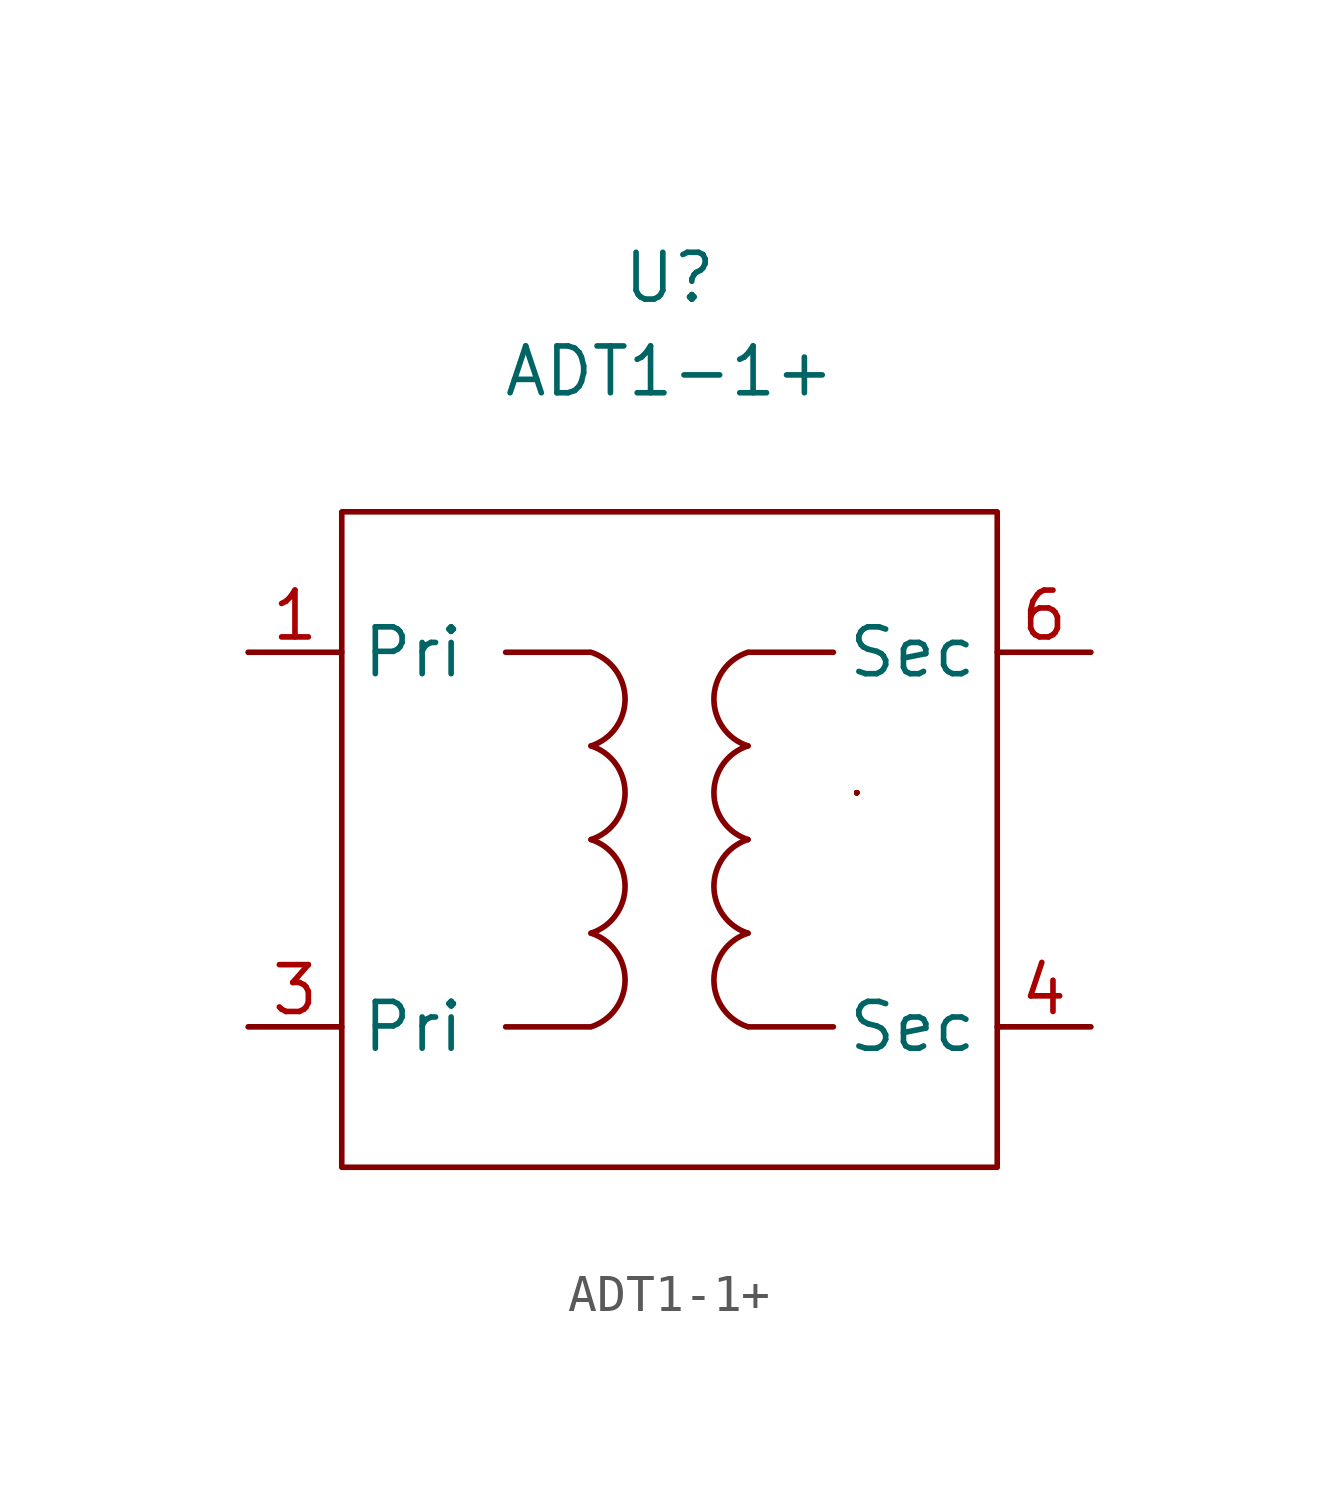
<source format=kicad_sym>
(kicad_symbol_lib
  (version 20211014)
  (generator kicad_symbol_editor)
  (symbol "ADT1-1+"
    (property "Reference" "U"
      (at 0 15.24 0)
      (effects (font (size 1.27 1.27))))
    (property "Value" "ADT1-1+"
      (at 0 12.7 0)
      (effects (font (size 1.27 1.27))))
    (symbol "ADT1-1+_0_1"
      (rectangle (start -8.89 8.89) (end 8.89 -8.89) (stroke (width 0.152) (type default) (color 0 0 0 0)) (fill (type none)))
      (arc (start -2.1282 -5.08) (mid -1.2049 -3.81) (end -2.1282 -2.54) (stroke (width 0.1524) (type default) (color 0 0 0 0)) (fill (type none)))
      (arc (start -2.1282 -2.54) (mid -1.2049 -1.27) (end -2.1282 0) (stroke (width 0.1524) (type default) (color 0 0 0 0)) (fill (type none)))
      (arc (start -2.1282 0) (mid -1.2049 1.27) (end -2.1282 2.54) (stroke (width 0.1524) (type default) (color 0 0 0 0)) (fill (type none)))
      (arc (start -2.1282 2.54) (mid -1.2049 3.81) (end -2.1282 5.08) (stroke (width 0.1524) (type default) (color 0 0 0 0)) (fill (type none)))
      (polyline (pts (xy -4.445 -5.08) (xy -2.159 -5.08)) (stroke (width 0.152) (type default) (color 0 0 0 0)) (fill (type none)))
      (polyline (pts (xy -4.445 5.08) (xy -2.159 5.08)) (stroke (width 0.152) (type default) (color 0 0 0 0)) (fill (type none)))
      (polyline (pts (xy 4.445 -5.08) (xy 2.159 -5.08)) (stroke (width 0.152) (type default) (color 0 0 0 0)) (fill (type none)))
      (polyline (pts (xy 4.445 5.08) (xy 2.159 5.08)) (stroke (width 0.152) (type default) (color 0 0 0 0)) (fill (type none)))
      (arc (start 2.1282 -2.54) (mid 1.2049 -3.81) (end 2.1282 -5.08) (stroke (width 0.1524) (type default) (color 0 0 0 0)) (fill (type none)))
      (arc (start 2.1282 0) (mid 1.2049 -1.27) (end 2.1282 -2.54) (stroke (width 0.1524) (type default) (color 0 0 0 0)) (fill (type none)))
      (arc (start 2.1282 2.54) (mid 1.2049 1.27) (end 2.1282 0) (stroke (width 0.1524) (type default) (color 0 0 0 0)) (fill (type none)))
      (arc (start 2.1282 5.08) (mid 1.2049 3.81) (end 2.1282 2.54) (stroke (width 0.1524) (type default) (color 0 0 0 0)) (fill (type none)))
      (rectangle (start 5.08 1.27) (end 5.08 1.27) (stroke (width 0.152) (type default) (color 0 0 0 0)) (fill (type none)))
      (rectangle (start 5.08 1.27) (end 5.08 1.27) (stroke (width 0.152) (type default) (color 0 0 0 0)) (fill (type none)))
      (rectangle (start 5.08 1.27) (end 5.08 1.27) (stroke (width 0.152) (type default) (color 0 0 0 0)) (fill (type none)))
      (rectangle (start 5.08 1.27) (end 5.08 1.27) (stroke (width 0.152) (type default) (color 0 0 0 0)) (fill (type none)))
      (rectangle (start 5.08 1.27) (end 5.08 1.27) (stroke (width 0.152) (type default) (color 0 0 0 0)) (fill (type none))))
    (symbol "ADT1-1+_1_1"
      (pin input line (at -11.43 5.08 0) (length 2.54) (name "Pri" (effects (font (size 1.27 1.27)))) (number "1" (effects (font (size 1.27 1.27)))))
      (pin no_connect line (at -11.43 0 0) (length 2.54) hide (name "" (effects (font (size 1.27 1.27)))) (number "2" (effects (font (size 1.27 1.27)))))
      (pin input line (at -11.43 -5.08 0) (length 2.54) (name "Pri" (effects (font (size 1.27 1.27)))) (number "3" (effects (font (size 1.27 1.27)))))
      (pin input line (at 11.43 -5.08 180) (length 2.54) (name "Sec" (effects (font (size 1.27 1.27)))) (number "4" (effects (font (size 1.27 1.27)))))
      (pin no_connect line (at 11.43 0 180) (length 2.54) hide (name "" (effects (font (size 1.27 1.27)))) (number "5" (effects (font (size 1.27 1.27)))))
      (pin input line (at 11.43 5.08 180) (length 2.54) (name "Sec" (effects (font (size 1.27 1.27)))) (number "6" (effects (font (size 1.27 1.27))))))))
</source>
